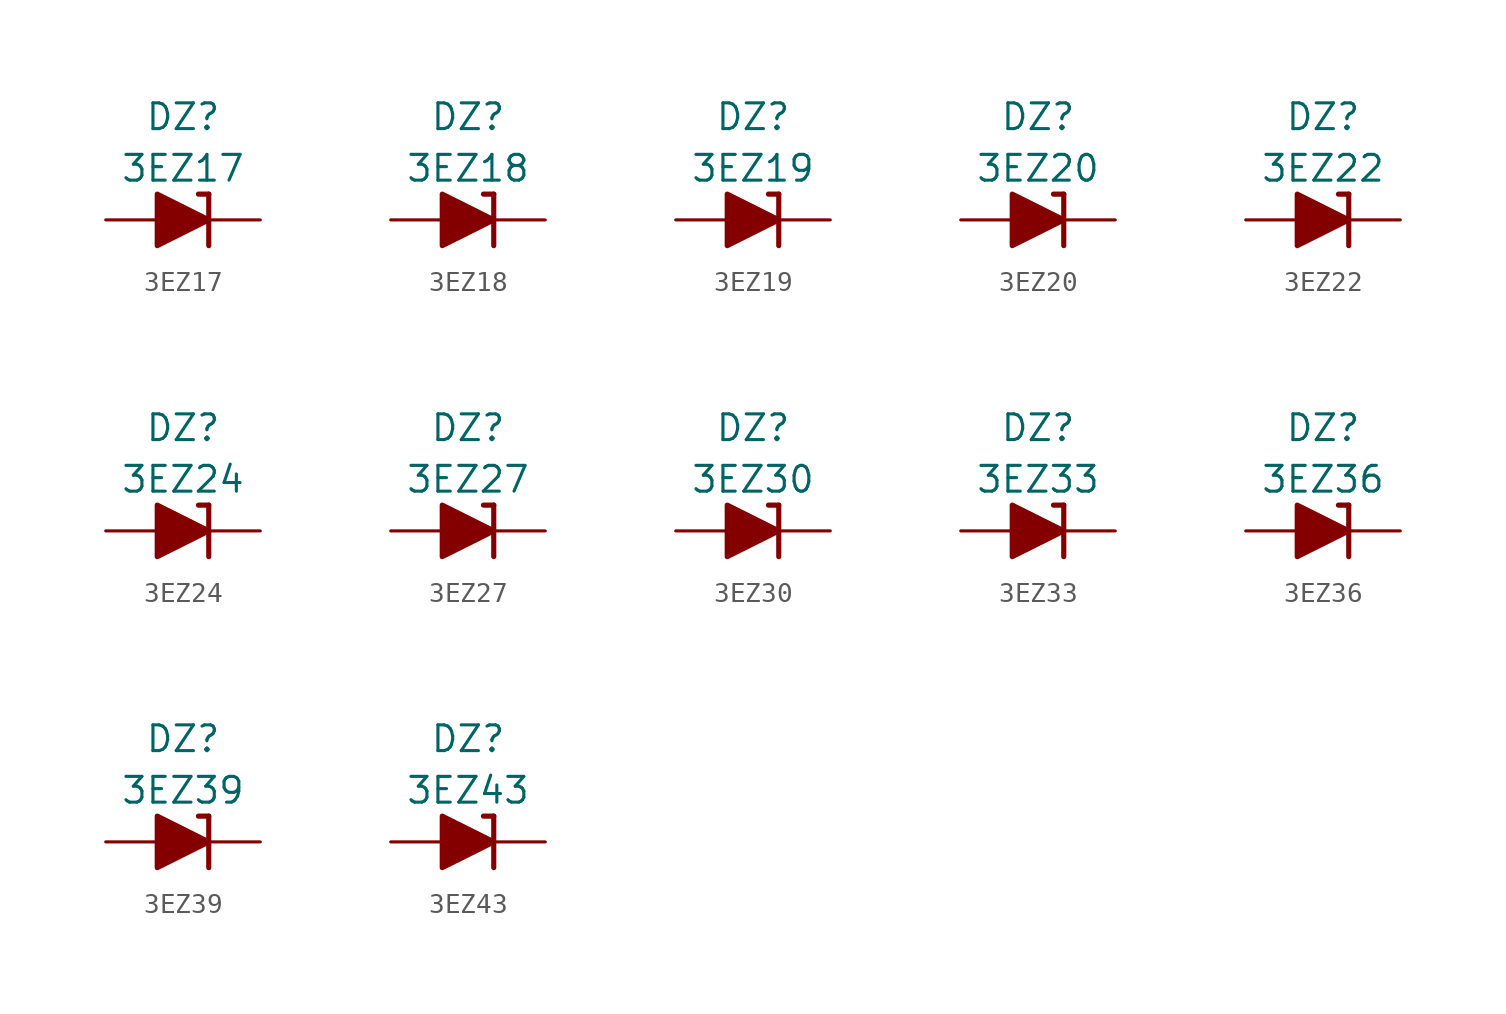
<source format=kicad_sym>
(kicad_symbol_lib
  (version 20201005)
  (generator kicad_symbol_editor)
  (symbol "Diode_Zener_AKL:3EZ17"
    (pin_numbers hide)
    (pin_names
      (offset 1.016) hide)
    (property "Reference" "DZ"
      (at 0 5.08 0)
      (effects (font (size 1.27 1.27))))
    (property "Value" "3EZ17"
      (at 0 2.54 0)
      (effects (font (size 1.27 1.27))))
    (symbol "3EZ17_0_1"
      (polyline (pts (xy -1.27 0) (xy 1.27 0)) (stroke (width 0)) (fill (type none)))
      (polyline (pts (xy 1.27 1.27) (xy 0.762 1.27)) (stroke (width 0.254)) (fill (type none)))
      (polyline (pts (xy 1.27 1.27) (xy 1.27 -1.27)) (stroke (width 0.254)) (fill (type none)))
      (polyline (pts (xy -1.27 -1.27) (xy -1.27 1.27) (xy 1.27 0) (xy -1.27 -1.27)) (stroke (width 0.254)) (fill (type outline))))
    (symbol "3EZ17_1_1"
      (pin passive line (at 3.81 0 180) (length 2.54) (name "K" (effects (font (size 1.27 1.27)))) (number "1" (effects (font (size 1.27 1.27)))))
      (pin passive line (at -3.81 0 0) (length 2.54) (name "A" (effects (font (size 1.27 1.27)))) (number "2" (effects (font (size 1.27 1.27)))))))
  (symbol "Diode_Zener_AKL:3EZ18"
    (pin_numbers hide)
    (pin_names
      (offset 1.016) hide)
    (property "Reference" "DZ"
      (at 0 5.08 0)
      (effects (font (size 1.27 1.27))))
    (property "Value" "3EZ18"
      (at 0 2.54 0)
      (effects (font (size 1.27 1.27))))
    (symbol "3EZ18_0_1"
      (polyline (pts (xy -1.27 0) (xy 1.27 0)) (stroke (width 0)) (fill (type none)))
      (polyline (pts (xy 1.27 1.27) (xy 0.762 1.27)) (stroke (width 0.254)) (fill (type none)))
      (polyline (pts (xy 1.27 1.27) (xy 1.27 -1.27)) (stroke (width 0.254)) (fill (type none)))
      (polyline (pts (xy -1.27 -1.27) (xy -1.27 1.27) (xy 1.27 0) (xy -1.27 -1.27)) (stroke (width 0.254)) (fill (type outline))))
    (symbol "3EZ18_1_1"
      (pin passive line (at 3.81 0 180) (length 2.54) (name "K" (effects (font (size 1.27 1.27)))) (number "1" (effects (font (size 1.27 1.27)))))
      (pin passive line (at -3.81 0 0) (length 2.54) (name "A" (effects (font (size 1.27 1.27)))) (number "2" (effects (font (size 1.27 1.27)))))))
  (symbol "Diode_Zener_AKL:3EZ19"
    (pin_numbers hide)
    (pin_names
      (offset 1.016) hide)
    (property "Reference" "DZ"
      (at 0 5.08 0)
      (effects (font (size 1.27 1.27))))
    (property "Value" "3EZ19"
      (at 0 2.54 0)
      (effects (font (size 1.27 1.27))))
    (symbol "3EZ19_0_1"
      (polyline (pts (xy -1.27 0) (xy 1.27 0)) (stroke (width 0)) (fill (type none)))
      (polyline (pts (xy 1.27 1.27) (xy 0.762 1.27)) (stroke (width 0.254)) (fill (type none)))
      (polyline (pts (xy 1.27 1.27) (xy 1.27 -1.27)) (stroke (width 0.254)) (fill (type none)))
      (polyline (pts (xy -1.27 -1.27) (xy -1.27 1.27) (xy 1.27 0) (xy -1.27 -1.27)) (stroke (width 0.254)) (fill (type outline))))
    (symbol "3EZ19_1_1"
      (pin passive line (at 3.81 0 180) (length 2.54) (name "K" (effects (font (size 1.27 1.27)))) (number "1" (effects (font (size 1.27 1.27)))))
      (pin passive line (at -3.81 0 0) (length 2.54) (name "A" (effects (font (size 1.27 1.27)))) (number "2" (effects (font (size 1.27 1.27)))))))
  (symbol "Diode_Zener_AKL:3EZ20"
    (pin_numbers hide)
    (pin_names
      (offset 1.016) hide)
    (property "Reference" "DZ"
      (at 0 5.08 0)
      (effects (font (size 1.27 1.27))))
    (property "Value" "3EZ20"
      (at 0 2.54 0)
      (effects (font (size 1.27 1.27))))
    (symbol "3EZ20_0_1"
      (polyline (pts (xy -1.27 0) (xy 1.27 0)) (stroke (width 0)) (fill (type none)))
      (polyline (pts (xy 1.27 1.27) (xy 0.762 1.27)) (stroke (width 0.254)) (fill (type none)))
      (polyline (pts (xy 1.27 1.27) (xy 1.27 -1.27)) (stroke (width 0.254)) (fill (type none)))
      (polyline (pts (xy -1.27 -1.27) (xy -1.27 1.27) (xy 1.27 0) (xy -1.27 -1.27)) (stroke (width 0.254)) (fill (type outline))))
    (symbol "3EZ20_1_1"
      (pin passive line (at 3.81 0 180) (length 2.54) (name "K" (effects (font (size 1.27 1.27)))) (number "1" (effects (font (size 1.27 1.27)))))
      (pin passive line (at -3.81 0 0) (length 2.54) (name "A" (effects (font (size 1.27 1.27)))) (number "2" (effects (font (size 1.27 1.27)))))))
  (symbol "Diode_Zener_AKL:3EZ22"
    (pin_numbers hide)
    (pin_names
      (offset 1.016) hide)
    (property "Reference" "DZ"
      (at 0 5.08 0)
      (effects (font (size 1.27 1.27))))
    (property "Value" "3EZ22"
      (at 0 2.54 0)
      (effects (font (size 1.27 1.27))))
    (symbol "3EZ22_0_1"
      (polyline (pts (xy -1.27 0) (xy 1.27 0)) (stroke (width 0)) (fill (type none)))
      (polyline (pts (xy 1.27 1.27) (xy 0.762 1.27)) (stroke (width 0.254)) (fill (type none)))
      (polyline (pts (xy 1.27 1.27) (xy 1.27 -1.27)) (stroke (width 0.254)) (fill (type none)))
      (polyline (pts (xy -1.27 -1.27) (xy -1.27 1.27) (xy 1.27 0) (xy -1.27 -1.27)) (stroke (width 0.254)) (fill (type outline))))
    (symbol "3EZ22_1_1"
      (pin passive line (at 3.81 0 180) (length 2.54) (name "K" (effects (font (size 1.27 1.27)))) (number "1" (effects (font (size 1.27 1.27)))))
      (pin passive line (at -3.81 0 0) (length 2.54) (name "A" (effects (font (size 1.27 1.27)))) (number "2" (effects (font (size 1.27 1.27)))))))
  (symbol "Diode_Zener_AKL:3EZ24"
    (pin_numbers hide)
    (pin_names
      (offset 1.016) hide)
    (property "Reference" "DZ"
      (at 0 5.08 0)
      (effects (font (size 1.27 1.27))))
    (property "Value" "3EZ24"
      (at 0 2.54 0)
      (effects (font (size 1.27 1.27))))
    (symbol "3EZ24_0_1"
      (polyline (pts (xy -1.27 0) (xy 1.27 0)) (stroke (width 0)) (fill (type none)))
      (polyline (pts (xy 1.27 1.27) (xy 0.762 1.27)) (stroke (width 0.254)) (fill (type none)))
      (polyline (pts (xy 1.27 1.27) (xy 1.27 -1.27)) (stroke (width 0.254)) (fill (type none)))
      (polyline (pts (xy -1.27 -1.27) (xy -1.27 1.27) (xy 1.27 0) (xy -1.27 -1.27)) (stroke (width 0.254)) (fill (type outline))))
    (symbol "3EZ24_1_1"
      (pin passive line (at 3.81 0 180) (length 2.54) (name "K" (effects (font (size 1.27 1.27)))) (number "1" (effects (font (size 1.27 1.27)))))
      (pin passive line (at -3.81 0 0) (length 2.54) (name "A" (effects (font (size 1.27 1.27)))) (number "2" (effects (font (size 1.27 1.27)))))))
  (symbol "Diode_Zener_AKL:3EZ27"
    (pin_numbers hide)
    (pin_names
      (offset 1.016) hide)
    (property "Reference" "DZ"
      (at 0 5.08 0)
      (effects (font (size 1.27 1.27))))
    (property "Value" "3EZ27"
      (at 0 2.54 0)
      (effects (font (size 1.27 1.27))))
    (symbol "3EZ27_0_1"
      (polyline (pts (xy -1.27 0) (xy 1.27 0)) (stroke (width 0)) (fill (type none)))
      (polyline (pts (xy 1.27 1.27) (xy 0.762 1.27)) (stroke (width 0.254)) (fill (type none)))
      (polyline (pts (xy 1.27 1.27) (xy 1.27 -1.27)) (stroke (width 0.254)) (fill (type none)))
      (polyline (pts (xy -1.27 -1.27) (xy -1.27 1.27) (xy 1.27 0) (xy -1.27 -1.27)) (stroke (width 0.254)) (fill (type outline))))
    (symbol "3EZ27_1_1"
      (pin passive line (at 3.81 0 180) (length 2.54) (name "K" (effects (font (size 1.27 1.27)))) (number "1" (effects (font (size 1.27 1.27)))))
      (pin passive line (at -3.81 0 0) (length 2.54) (name "A" (effects (font (size 1.27 1.27)))) (number "2" (effects (font (size 1.27 1.27)))))))
  (symbol "Diode_Zener_AKL:3EZ30"
    (pin_numbers hide)
    (pin_names
      (offset 1.016) hide)
    (property "Reference" "DZ"
      (at 0 5.08 0)
      (effects (font (size 1.27 1.27))))
    (property "Value" "3EZ30"
      (at 0 2.54 0)
      (effects (font (size 1.27 1.27))))
    (symbol "3EZ30_0_1"
      (polyline (pts (xy -1.27 0) (xy 1.27 0)) (stroke (width 0)) (fill (type none)))
      (polyline (pts (xy 1.27 1.27) (xy 0.762 1.27)) (stroke (width 0.254)) (fill (type none)))
      (polyline (pts (xy 1.27 1.27) (xy 1.27 -1.27)) (stroke (width 0.254)) (fill (type none)))
      (polyline (pts (xy -1.27 -1.27) (xy -1.27 1.27) (xy 1.27 0) (xy -1.27 -1.27)) (stroke (width 0.254)) (fill (type outline))))
    (symbol "3EZ30_1_1"
      (pin passive line (at 3.81 0 180) (length 2.54) (name "K" (effects (font (size 1.27 1.27)))) (number "1" (effects (font (size 1.27 1.27)))))
      (pin passive line (at -3.81 0 0) (length 2.54) (name "A" (effects (font (size 1.27 1.27)))) (number "2" (effects (font (size 1.27 1.27)))))))
  (symbol "Diode_Zener_AKL:3EZ33"
    (pin_numbers hide)
    (pin_names
      (offset 1.016) hide)
    (property "Reference" "DZ"
      (at 0 5.08 0)
      (effects (font (size 1.27 1.27))))
    (property "Value" "3EZ33"
      (at 0 2.54 0)
      (effects (font (size 1.27 1.27))))
    (symbol "3EZ33_0_1"
      (polyline (pts (xy -1.27 0) (xy 1.27 0)) (stroke (width 0)) (fill (type none)))
      (polyline (pts (xy 1.27 1.27) (xy 0.762 1.27)) (stroke (width 0.254)) (fill (type none)))
      (polyline (pts (xy 1.27 1.27) (xy 1.27 -1.27)) (stroke (width 0.254)) (fill (type none)))
      (polyline (pts (xy -1.27 -1.27) (xy -1.27 1.27) (xy 1.27 0) (xy -1.27 -1.27)) (stroke (width 0.254)) (fill (type outline))))
    (symbol "3EZ33_1_1"
      (pin passive line (at 3.81 0 180) (length 2.54) (name "K" (effects (font (size 1.27 1.27)))) (number "1" (effects (font (size 1.27 1.27)))))
      (pin passive line (at -3.81 0 0) (length 2.54) (name "A" (effects (font (size 1.27 1.27)))) (number "2" (effects (font (size 1.27 1.27)))))))
  (symbol "Diode_Zener_AKL:3EZ36"
    (pin_numbers hide)
    (pin_names
      (offset 1.016) hide)
    (property "Reference" "DZ"
      (at 0 5.08 0)
      (effects (font (size 1.27 1.27))))
    (property "Value" "3EZ36"
      (at 0 2.54 0)
      (effects (font (size 1.27 1.27))))
    (symbol "3EZ36_0_1"
      (polyline (pts (xy -1.27 0) (xy 1.27 0)) (stroke (width 0)) (fill (type none)))
      (polyline (pts (xy 1.27 1.27) (xy 0.762 1.27)) (stroke (width 0.254)) (fill (type none)))
      (polyline (pts (xy 1.27 1.27) (xy 1.27 -1.27)) (stroke (width 0.254)) (fill (type none)))
      (polyline (pts (xy -1.27 -1.27) (xy -1.27 1.27) (xy 1.27 0) (xy -1.27 -1.27)) (stroke (width 0.254)) (fill (type outline))))
    (symbol "3EZ36_1_1"
      (pin passive line (at 3.81 0 180) (length 2.54) (name "K" (effects (font (size 1.27 1.27)))) (number "1" (effects (font (size 1.27 1.27)))))
      (pin passive line (at -3.81 0 0) (length 2.54) (name "A" (effects (font (size 1.27 1.27)))) (number "2" (effects (font (size 1.27 1.27)))))))
  (symbol "Diode_Zener_AKL:3EZ39"
    (pin_numbers hide)
    (pin_names
      (offset 1.016) hide)
    (property "Reference" "DZ"
      (at 0 5.08 0)
      (effects (font (size 1.27 1.27))))
    (property "Value" "3EZ39"
      (at 0 2.54 0)
      (effects (font (size 1.27 1.27))))
    (symbol "3EZ39_0_1"
      (polyline (pts (xy -1.27 0) (xy 1.27 0)) (stroke (width 0)) (fill (type none)))
      (polyline (pts (xy 1.27 1.27) (xy 0.762 1.27)) (stroke (width 0.254)) (fill (type none)))
      (polyline (pts (xy 1.27 1.27) (xy 1.27 -1.27)) (stroke (width 0.254)) (fill (type none)))
      (polyline (pts (xy -1.27 -1.27) (xy -1.27 1.27) (xy 1.27 0) (xy -1.27 -1.27)) (stroke (width 0.254)) (fill (type outline))))
    (symbol "3EZ39_1_1"
      (pin passive line (at 3.81 0 180) (length 2.54) (name "K" (effects (font (size 1.27 1.27)))) (number "1" (effects (font (size 1.27 1.27)))))
      (pin passive line (at -3.81 0 0) (length 2.54) (name "A" (effects (font (size 1.27 1.27)))) (number "2" (effects (font (size 1.27 1.27)))))))
  (symbol "Diode_Zener_AKL:3EZ43"
    (pin_numbers hide)
    (pin_names
      (offset 1.016) hide)
    (property "Reference" "DZ"
      (at 0 5.08 0)
      (effects (font (size 1.27 1.27))))
    (property "Value" "3EZ43"
      (at 0 2.54 0)
      (effects (font (size 1.27 1.27))))
    (symbol "3EZ43_0_1"
      (polyline (pts (xy -1.27 0) (xy 1.27 0)) (stroke (width 0)) (fill (type none)))
      (polyline (pts (xy 1.27 1.27) (xy 0.762 1.27)) (stroke (width 0.254)) (fill (type none)))
      (polyline (pts (xy 1.27 1.27) (xy 1.27 -1.27)) (stroke (width 0.254)) (fill (type none)))
      (polyline (pts (xy -1.27 -1.27) (xy -1.27 1.27) (xy 1.27 0) (xy -1.27 -1.27)) (stroke (width 0.254)) (fill (type outline))))
    (symbol "3EZ43_1_1"
      (pin passive line (at 3.81 0 180) (length 2.54) (name "K" (effects (font (size 1.27 1.27)))) (number "1" (effects (font (size 1.27 1.27)))))
      (pin passive line (at -3.81 0 0) (length 2.54) (name "A" (effects (font (size 1.27 1.27)))) (number "2" (effects (font (size 1.27 1.27))))))))
</source>
